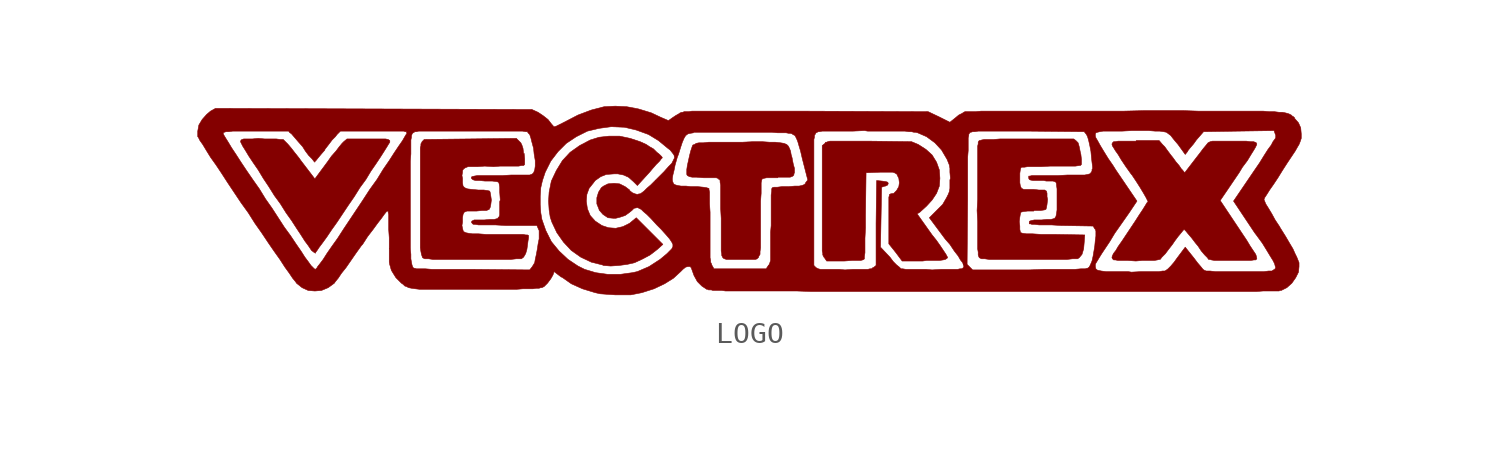
<source format=kicad_sym>
(kicad_symbol_lib
  (version 20211014)
  (generator kicad_symbol_editor)
  (symbol "LOGO"
    (pin_names
      (offset 1.016))
    (property "Reference" "#G"
      (at 0 -3.556 0)
      (effects (font (size 1.524 1.524)) hide))
    (symbol "LOGO_0_0"
      (polyline (pts (xy -19.837 -2.413) (xy -19.761 -2.311) (xy -19.66 -2.159) (xy -19.507 -1.956) (xy -19.304 -1.676) (xy -19.101 -1.372) (xy -18.847 -1.016) (xy -18.339 -0.254) (xy -18.059 0.152) (xy -17.805 0.559) (xy -17.526 0.94) (xy -17.297 1.321) (xy -17.069 1.651) (xy -16.866 1.956) (xy -16.688 2.235) (xy -16.561 2.438) (xy -16.485 2.565) (xy -16.434 2.642) (xy -16.434 2.718) (xy -16.51 2.769) (xy -16.637 2.794) (xy -18.39 2.794) (xy -18.542 2.667) (xy -18.618 2.591) (xy -18.745 2.438) (xy -18.898 2.235) (xy -19.101 2.007) (xy -19.279 1.753) (xy -19.863 0.965) (xy -20.523 1.829) (xy -20.574 1.905) (xy -20.777 2.159) (xy -20.955 2.388) (xy -21.107 2.565) (xy -21.311 2.769) (xy -21.438 2.769) (xy -21.641 2.794) (xy -22.174 2.794) (xy -22.454 2.819) (xy -22.708 2.794) (xy -23.114 2.794) (xy -23.19 2.769) (xy -23.241 2.743) (xy -23.266 2.667) (xy -23.165 2.464) (xy -23.038 2.261) (xy -22.885 2.007) (xy -22.682 1.702) (xy -22.454 1.372) (xy -22.225 0.991) (xy -21.971 0.61) (xy -21.717 0.203) (xy -21.438 -0.178) (xy -21.184 -0.584) (xy -20.93 -0.94) (xy -20.701 -1.295) (xy -20.498 -1.6) (xy -20.32 -1.88) (xy -20.168 -2.083) (xy -20.015 -2.311) (xy -19.914 -2.388) (xy -19.837 -2.438) (xy -19.837 -2.413)) (stroke (width 0.025) (type default) (color 0 0 0 0)) (fill (type outline)))
      (polyline (pts (xy -5.944 -2.997) (xy -5.563 -2.946) (xy -5.232 -2.87) (xy -4.851 -2.692) (xy -4.521 -2.515) (xy -4.191 -2.261) (xy -3.937 -2.032) (xy -5.156 -0.813) (xy -5.461 -1.067) (xy -5.766 -1.219) (xy -6.096 -1.295) (xy -6.426 -1.27) (xy -6.731 -1.168) (xy -7.036 -0.965) (xy -7.264 -0.711) (xy -7.391 -0.406) (xy -7.442 -0.051) (xy -7.417 0.254) (xy -7.315 0.533) (xy -7.112 0.787) (xy -7.036 0.889) (xy -6.782 1.067) (xy -6.528 1.168) (xy -6.172 1.194) (xy -5.994 1.194) (xy -5.74 1.143) (xy -5.512 1.041) (xy -5.283 0.838) (xy -5.105 0.66) (xy -4.547 1.27) (xy -4.42 1.422) (xy -4.242 1.626) (xy -4.089 1.778) (xy -4.013 1.88) (xy -3.962 1.93) (xy -3.988 1.981) (xy -4.089 2.083) (xy -4.216 2.184) (xy -4.369 2.337) (xy -4.547 2.438) (xy -4.699 2.54) (xy -4.978 2.667) (xy -5.436 2.819) (xy -5.918 2.921) (xy -6.401 2.921) (xy -6.858 2.87) (xy -7.264 2.743) (xy -7.747 2.489) (xy -8.179 2.184) (xy -8.534 1.803) (xy -8.814 1.346) (xy -9.042 0.864) (xy -9.144 0.356) (xy -9.169 -0.051) (xy -9.144 -0.457) (xy -9.093 -0.787) (xy -9.017 -1.016) (xy -8.788 -1.499) (xy -8.484 -1.93) (xy -8.128 -2.311) (xy -7.696 -2.616) (xy -7.214 -2.845) (xy -6.706 -2.972) (xy -6.655 -2.997) (xy -6.325 -3.023) (xy -5.944 -2.997)) (stroke (width 0.025) (type default) (color 0 0 0 0)) (fill (type outline)))
      (polyline (pts (xy 4.699 -2.769) (xy 5.105 -2.769) (xy 5.207 -2.743) (xy 5.258 -2.718) (xy 5.283 -2.692) (xy 5.283 -2.591) (xy 5.309 -2.413) (xy 5.309 -1.753) (xy 5.334 -1.27) (xy 5.334 -0.686) (xy 5.359 1.245) (xy 5.994 1.27) (xy 6.579 1.27) (xy 6.655 1.245) (xy 6.706 1.219) (xy 6.782 1.168) (xy 6.782 1.143) (xy 6.858 0.991) (xy 6.883 0.787) (xy 6.858 0.61) (xy 6.756 0.432) (xy 6.629 0.305) (xy 6.477 0.279) (xy 6.452 0.254) (xy 6.426 0.254) (xy 6.426 0.203) (xy 6.401 0.127) (xy 6.401 -2.007) (xy 6.706 -2.388) (xy 7.01 -2.794) (xy 7.95 -2.794) (xy 8.128 -2.769) (xy 8.712 -2.769) (xy 8.89 -2.743) (xy 8.992 -2.718) (xy 9.068 -2.667) (xy 9.093 -2.616) (xy 9.068 -2.591) (xy 9.017 -2.489) (xy 8.763 -2.108) (xy 8.585 -1.854) (xy 8.382 -1.6) (xy 7.696 -0.635) (xy 7.823 -0.559) (xy 7.849 -0.533) (xy 8.128 -0.279) (xy 8.382 0) (xy 8.585 0.305) (xy 8.712 0.635) (xy 8.738 0.991) (xy 8.712 1.372) (xy 8.585 1.727) (xy 8.382 2.057) (xy 8.103 2.311) (xy 7.747 2.54) (xy 7.442 2.667) (xy 5.512 2.692) (xy 3.708 2.692) (xy 3.607 2.667) (xy 3.556 2.642) (xy 3.505 2.642) (xy 3.48 2.591) (xy 3.353 2.489) (xy 3.353 -2.337) (xy 3.378 -2.438) (xy 3.378 -2.515) (xy 3.429 -2.616) (xy 3.454 -2.642) (xy 3.556 -2.794) (xy 4.369 -2.794) (xy 4.699 -2.769)) (stroke (width 0.025) (type default) (color 0 0 0 0)) (fill (type outline)))
      (polyline (pts (xy 0.381 -2.692) (xy 0.381 -2.667) (xy 0.432 -2.642) (xy 0.457 -2.565) (xy 0.508 -2.489) (xy 0.508 -2.362) (xy 0.533 -2.184) (xy 0.533 -0.051) (xy 0.559 0.305) (xy 0.559 0.787) (xy 0.584 0.914) (xy 0.61 0.965) (xy 0.686 0.991) (xy 0.813 1.016) (xy 1.321 1.016) (xy 1.321 1.041) (xy 1.88 1.041) (xy 1.956 1.067) (xy 2.007 1.092) (xy 2.057 1.143) (xy 2.057 1.194) (xy 2.083 1.245) (xy 2.083 1.448) (xy 2.032 1.626) (xy 1.981 1.88) (xy 1.981 1.905) (xy 1.93 2.083) (xy 1.905 2.235) (xy 1.854 2.362) (xy 1.803 2.464) (xy 1.727 2.54) (xy 1.6 2.591) (xy 1.448 2.616) (xy 1.219 2.642) (xy 0.965 2.642) (xy 0.61 2.667) (xy 0.178 2.667) (xy -0.33 2.642) (xy -1.854 2.642) (xy -2.083 2.616) (xy -2.286 2.616) (xy -2.413 2.591) (xy -2.489 2.54) (xy -2.565 2.515) (xy -2.591 2.464) (xy -2.667 2.235) (xy -2.718 2.032) (xy -2.819 1.575) (xy -2.845 1.397) (xy -2.845 1.168) (xy -2.819 1.118) (xy -2.718 1.067) (xy -2.591 1.041) (xy -2.388 1.041) (xy -2.083 1.016) (xy -1.499 1.016) (xy -1.422 0.991) (xy -1.372 0.94) (xy -1.346 0.94) (xy -1.321 0.889) (xy -1.321 0.813) (xy -1.295 0.686) (xy -1.295 -0.381) (xy -1.27 -0.838) (xy -1.27 -2.337) (xy -1.245 -2.464) (xy -1.245 -2.54) (xy -1.194 -2.642) (xy -1.168 -2.667) (xy -1.118 -2.692) (xy -1.041 -2.718) (xy 0.305 -2.718) (xy 0.381 -2.692)) (stroke (width 0.025) (type default) (color 0 0 0 0)) (fill (type outline)))
      (polyline (pts (xy -10.643 -2.692) (xy -10.414 -2.692) (xy -10.312 -2.616) (xy -10.236 -2.489) (xy -10.211 -2.438) (xy -10.16 -2.261) (xy -10.135 -2.083) (xy -10.109 -1.88) (xy -10.084 -1.727) (xy -10.084 -1.626) (xy -10.135 -1.6) (xy -10.211 -1.6) (xy -10.338 -1.575) (xy -12.04 -1.575) (xy -12.37 -1.549) (xy -12.649 -1.549) (xy -12.827 -1.524) (xy -12.954 -1.499) (xy -13.056 -1.448) (xy -13.081 -1.397) (xy -13.106 -1.295) (xy -13.132 -1.168) (xy -13.106 -1.016) (xy -13.106 -0.813) (xy -13.081 -0.66) (xy -13.03 -0.559) (xy -12.903 -0.508) (xy -12.471 -0.508) (xy -12.217 -0.483) (xy -12.014 -0.483) (xy -11.887 -0.432) (xy -11.836 -0.33) (xy -11.811 -0.203) (xy -11.786 0) (xy -11.811 0.178) (xy -11.836 0.33) (xy -11.862 0.406) (xy -11.963 0.432) (xy -12.141 0.457) (xy -12.395 0.457) (xy -12.675 0.483) (xy -12.878 0.508) (xy -13.005 0.559) (xy -13.081 0.635) (xy -13.106 0.787) (xy -13.106 0.991) (xy -13.132 1.118) (xy -13.106 1.27) (xy -13.106 1.346) (xy -13.056 1.422) (xy -12.979 1.473) (xy -12.852 1.524) (xy -12.421 1.524) (xy -12.09 1.549) (xy -11.684 1.524) (xy -11.379 1.549) (xy -10.541 1.549) (xy -10.414 1.575) (xy -10.312 1.575) (xy -10.262 1.626) (xy -10.262 1.88) (xy -10.287 2.134) (xy -10.312 2.134) (xy -10.338 2.362) (xy -10.389 2.515) (xy -10.439 2.616) (xy -10.643 2.819) (xy -14.859 2.769) (xy -14.961 2.667) (xy -14.961 2.642) (xy -14.986 2.616) (xy -15.011 2.565) (xy -15.011 2.489) (xy -15.037 2.388) (xy -15.037 -2.184) (xy -15.011 -2.362) (xy -14.986 -2.489) (xy -14.935 -2.642) (xy -14.834 -2.692) (xy -14.656 -2.692) (xy -14.478 -2.718) (xy -10.871 -2.718) (xy -10.643 -2.692)) (stroke (width 0.025) (type default) (color 0 0 0 0)) (fill (type outline)))
      (polyline (pts (xy 14.808 -2.692) (xy 15.037 -2.692) (xy 15.113 -2.642) (xy 15.24 -2.489) (xy 15.316 -2.235) (xy 15.342 -1.93) (xy 15.367 -1.6) (xy 13.945 -1.575) (xy 13.36 -1.575) (xy 12.979 -1.549) (xy 12.7 -1.549) (xy 12.522 -1.524) (xy 12.446 -1.499) (xy 12.421 -1.473) (xy 12.395 -1.346) (xy 12.395 -1.194) (xy 12.37 -0.991) (xy 12.395 -0.787) (xy 12.421 -0.635) (xy 12.446 -0.559) (xy 12.548 -0.533) (xy 12.751 -0.508) (xy 13.03 -0.508) (xy 13.056 -0.483) (xy 13.335 -0.483) (xy 13.513 -0.457) (xy 13.589 -0.432) (xy 13.614 -0.356) (xy 13.64 -0.203) (xy 13.665 0.025) (xy 13.64 0.152) (xy 13.64 0.305) (xy 13.614 0.406) (xy 13.564 0.432) (xy 13.538 0.457) (xy 13.259 0.457) (xy 13.03 0.483) (xy 12.573 0.483) (xy 12.471 0.533) (xy 12.421 0.635) (xy 12.395 0.787) (xy 12.395 1.219) (xy 12.421 1.397) (xy 12.446 1.473) (xy 12.471 1.499) (xy 12.598 1.499) (xy 12.751 1.524) (xy 13.36 1.524) (xy 13.792 1.549) (xy 14.935 1.549) (xy 15.113 1.575) (xy 15.164 1.575) (xy 15.215 1.626) (xy 15.215 1.854) (xy 15.189 2.083) (xy 15.164 2.184) (xy 15.113 2.438) (xy 15.062 2.616) (xy 14.961 2.718) (xy 14.859 2.794) (xy 11.506 2.794) (xy 11.201 2.769) (xy 10.77 2.769) (xy 10.643 2.743) (xy 10.566 2.718) (xy 10.541 2.718) (xy 10.516 2.692) (xy 10.49 2.642) (xy 10.49 2.565) (xy 10.465 2.464) (xy 10.465 0.025) (xy 10.439 -0.483) (xy 10.465 -0.991) (xy 10.465 -2.235) (xy 10.49 -2.388) (xy 10.49 -2.515) (xy 10.516 -2.591) (xy 10.541 -2.642) (xy 10.643 -2.692) (xy 10.795 -2.692) (xy 10.973 -2.718) (xy 14.58 -2.718) (xy 14.808 -2.692)) (stroke (width 0.025) (type default) (color 0 0 0 0)) (fill (type outline)))
      (polyline (pts (xy 17.983 -2.769) (xy 18.542 -2.769) (xy 18.694 -2.743) (xy 18.796 -2.718) (xy 18.821 -2.718) (xy 18.898 -2.616) (xy 19.05 -2.464) (xy 19.202 -2.261) (xy 19.38 -2.032) (xy 19.482 -1.88) (xy 19.634 -1.676) (xy 19.761 -1.524) (xy 19.863 -1.397) (xy 19.914 -1.346) (xy 19.99 -1.422) (xy 20.117 -1.575) (xy 20.269 -1.753) (xy 20.422 -1.956) (xy 20.549 -2.108) (xy 20.701 -2.337) (xy 20.853 -2.515) (xy 20.98 -2.642) (xy 21.031 -2.718) (xy 21.082 -2.718) (xy 21.158 -2.743) (xy 21.311 -2.769) (xy 22.962 -2.769) (xy 23.114 -2.743) (xy 23.19 -2.743) (xy 23.241 -2.692) (xy 23.216 -2.565) (xy 23.19 -2.489) (xy 22.936 -2.108) (xy 22.784 -1.854) (xy 21.565 -0.025) (xy 22.428 1.245) (xy 22.581 1.499) (xy 22.809 1.803) (xy 22.962 2.057) (xy 23.089 2.261) (xy 23.165 2.388) (xy 23.216 2.489) (xy 23.241 2.565) (xy 23.216 2.591) (xy 23.216 2.616) (xy 23.165 2.642) (xy 23.089 2.667) (xy 22.962 2.667) (xy 22.758 2.692) (xy 21.209 2.692) (xy 21.107 2.667) (xy 21.006 2.616) (xy 20.904 2.489) (xy 20.777 2.337) (xy 20.625 2.134) (xy 20.447 1.905) (xy 19.939 1.245) (xy 19.837 1.372) (xy 19.787 1.422) (xy 19.685 1.575) (xy 19.533 1.753) (xy 19.406 1.93) (xy 19.304 2.057) (xy 19.152 2.261) (xy 19.025 2.438) (xy 18.923 2.54) (xy 18.771 2.718) (xy 17.729 2.718) (xy 17.704 2.692) (xy 16.891 2.692) (xy 16.764 2.667) (xy 16.688 2.667) (xy 16.637 2.616) (xy 16.612 2.565) (xy 16.612 2.54) (xy 16.637 2.464) (xy 16.688 2.388) (xy 16.764 2.261) (xy 16.891 2.083) (xy 17.043 1.829) (xy 17.247 1.524) (xy 17.501 1.168) (xy 17.526 1.143) (xy 17.729 0.838) (xy 17.907 0.559) (xy 18.059 0.305) (xy 18.161 0.127) (xy 18.263 -0.076) (xy 18.212 -0.127) (xy 18.136 -0.254) (xy 18.009 -0.457) (xy 17.856 -0.686) (xy 17.678 -0.965) (xy 17.069 -1.88) (xy 16.891 -2.134) (xy 16.789 -2.311) (xy 16.688 -2.438) (xy 16.637 -2.54) (xy 16.612 -2.616) (xy 16.612 -2.642) (xy 16.637 -2.692) (xy 16.688 -2.743) (xy 16.764 -2.743) (xy 16.891 -2.769) (xy 17.348 -2.769) (xy 17.704 -2.794) (xy 17.983 -2.769)) (stroke (width 0.025) (type default) (color 0 0 0 0)) (fill (type outline)))
      (polyline (pts (xy -4.902 -4.242) (xy -4.343 -4.064) (xy -3.861 -3.835) (xy -3.454 -3.581) (xy -3.124 -3.277) (xy -3.023 -3.175) (xy -2.896 -3.073) (xy -2.794 -3.048) (xy -2.692 -3.048) (xy -2.642 -3.099) (xy -2.515 -3.454) (xy -2.362 -3.734) (xy -2.159 -3.937) (xy -1.93 -4.089) (xy -1.88 -4.089) (xy -1.854 -4.115) (xy -1.727 -4.115) (xy -1.651 -4.14) (xy -1.245 -4.14) (xy -1.067 -4.166) (xy 2.21 -4.166) (xy 2.896 -4.191) (xy 23.19 -4.191) (xy 23.52 -4.166) (xy 24.257 -4.166) (xy 24.308 -4.14) (xy 24.359 -4.14) (xy 24.613 -4.013) (xy 24.841 -3.81) (xy 25.019 -3.556) (xy 25.146 -3.302) (xy 25.171 -3.048) (xy 25.171 -2.87) (xy 25.07 -2.616) (xy 24.994 -2.464) (xy 24.892 -2.235) (xy 24.74 -1.981) (xy 24.562 -1.676) (xy 24.308 -1.27) (xy 24.282 -1.219) (xy 24.079 -0.914) (xy 23.927 -0.635) (xy 23.774 -0.381) (xy 23.647 -0.178) (xy 23.597 -0.051) (xy 23.571 0) (xy 23.571 0.025) (xy 23.597 0.102) (xy 23.698 0.254) (xy 23.825 0.457) (xy 24.003 0.711) (xy 24.206 1.016) (xy 24.409 1.346) (xy 24.638 1.702) (xy 24.994 2.235) (xy 25.095 2.413) (xy 25.171 2.54) (xy 25.222 2.667) (xy 25.273 2.819) (xy 25.273 3.023) (xy 25.248 3.302) (xy 25.146 3.531) (xy 24.968 3.734) (xy 24.968 3.759) (xy 24.917 3.81) (xy 24.867 3.835) (xy 24.816 3.886) (xy 24.714 3.937) (xy 24.638 3.962) (xy 24.536 3.988) (xy 24.409 4.013) (xy 24.257 4.013) (xy 24.054 4.039) (xy 23.825 4.039) (xy 23.546 4.064) (xy 20.599 4.064) (xy 19.863 4.089) (xy 18.11 4.089) (xy 17.094 4.064) (xy 10.617 4.064) (xy 10.338 4.039) (xy 9.881 4.039) (xy 9.83 4.013) (xy 9.754 3.962) (xy 9.601 3.886) (xy 9.449 3.759) (xy 9.195 3.556) (xy 8.687 3.81) (xy 8.204 4.039) (xy 2.616 4.064) (xy -2.616 4.064) (xy -2.769 4.039) (xy -2.972 4.039) (xy -3.023 4.013) (xy -3.073 4.013) (xy -3.124 3.988) (xy -3.15 3.988) (xy -3.175 3.962) (xy -3.353 3.861) (xy -3.505 3.759) (xy -3.683 3.632) (xy -4.039 3.785) (xy -4.47 3.988) (xy -5.055 4.166) (xy -5.588 4.267) (xy -6.121 4.293) (xy -6.629 4.267) (xy -7.214 4.115) (xy -7.823 3.886) (xy -8.458 3.556) (xy -8.814 3.378) (xy -8.89 3.353) (xy -8.941 3.353) (xy -8.966 3.404) (xy -9.017 3.454) (xy -9.195 3.683) (xy -9.423 3.861) (xy -9.652 4.013) (xy -9.931 4.14) (xy -24.409 4.191) (xy -24.638 4.064) (xy -24.816 3.912) (xy -25.019 3.683) (xy -25.171 3.429) (xy -25.222 3.15) (xy -25.222 3.023) (xy -24.054 3.023) (xy -24.054 3.099) (xy -24.003 3.099) (xy -23.927 3.124) (xy -23.8 3.124) (xy -23.622 3.15) (xy -21.057 3.15) (xy -21.031 3.099) (xy -20.93 3.023) (xy -20.625 2.667) (xy -20.422 2.438) (xy -20.295 2.235) (xy -20.142 2.032) (xy -19.99 1.88) (xy -19.914 1.778) (xy -19.863 1.727) (xy -19.863 1.753) (xy -19.812 1.803) (xy -19.71 1.93) (xy -19.583 2.083) (xy -19.406 2.286) (xy -19.406 2.311) (xy -19.228 2.54) (xy -19.075 2.743) (xy -18.923 2.896) (xy -18.847 2.997) (xy -18.694 3.15) (xy -15.799 3.15) (xy -15.723 3.124) (xy -15.672 3.124) (xy -15.672 3.099) (xy -15.646 3.048) (xy -15.672 3.023) (xy -15.748 2.896) (xy -15.85 2.718) (xy -16.027 2.464) (xy -16.231 2.159) (xy -16.459 1.803) (xy -16.739 1.397) (xy -17.018 0.94) (xy -17.348 0.483) (xy -17.678 -0.025) (xy -18.542 -1.321) (xy -18.821 -1.753) (xy -19.075 -2.108) (xy -19.304 -2.438) (xy -19.482 -2.718) (xy -19.634 -2.921) (xy -19.736 -3.048) (xy -19.761 -3.099) (xy -19.837 -3.175) (xy -19.888 -3.15) (xy -20.041 -2.997) (xy -20.168 -2.819) (xy -20.32 -2.616) (xy -20.498 -2.337) (xy -20.726 -2.007) (xy -20.98 -1.626) (xy -21.26 -1.245) (xy -21.819 -0.381) (xy -22.123 0.051) (xy -22.403 0.508) (xy -22.708 0.94) (xy -22.987 1.346) (xy -23.241 1.727) (xy -23.47 2.083) (xy -23.673 2.388) (xy -23.825 2.642) (xy -23.952 2.845) (xy -24.028 2.972) (xy -24.054 3.023) (xy -25.222 3.023) (xy -25.222 2.896) (xy -25.197 2.87) (xy -25.121 2.718) (xy -24.994 2.54) (xy -24.841 2.286) (xy -24.638 1.956) (xy -24.384 1.6) (xy -24.13 1.219) (xy -23.851 0.787) (xy -23.241 -0.127) (xy -22.911 -0.584) (xy -22.606 -1.067) (xy -22.301 -1.499) (xy -21.996 -1.956) (xy -21.717 -2.362) (xy -21.463 -2.718) (xy -21.234 -3.073) (xy -21.031 -3.353) (xy -20.879 -3.581) (xy -20.752 -3.734) (xy -20.701 -3.81) (xy -20.447 -4.013) (xy -20.168 -4.14) (xy -19.863 -4.166) (xy -19.558 -4.14) (xy -19.253 -4.013) (xy -18.974 -3.81) (xy -18.923 -3.734) (xy -18.796 -3.581) (xy -18.644 -3.353) (xy -18.44 -3.099) (xy -17.983 -2.438) (xy -17.729 -2.083) (xy -17.678 -2.032) (xy -17.45 -1.676) (xy -17.196 -1.346) (xy -16.993 -1.067) (xy -16.815 -0.838) (xy -16.688 -0.66) (xy -16.586 -0.533) (xy -16.535 -0.508) (xy -16.51 -0.508) (xy -16.51 -0.559) (xy -16.485 -0.66) (xy -16.485 -1.346) (xy -16.459 -1.727) (xy -16.459 -2.235) (xy -15.494 -2.235) (xy -15.494 1.778) (xy -15.469 2.108) (xy -15.469 2.743) (xy -15.443 2.87) (xy -15.443 2.946) (xy -15.418 2.997) (xy -15.418 3.023) (xy -15.367 3.073) (xy -15.316 3.099) (xy -15.291 3.124) (xy -15.215 3.124) (xy -15.113 3.15) (xy -10.363 3.15) (xy -10.211 3.124) (xy -10.135 3.124) (xy -10.109 3.073) (xy -10.033 2.997) (xy -9.982 2.845) (xy -9.931 2.642) (xy -9.855 2.362) (xy -9.83 2.108) (xy -9.779 1.803) (xy -9.779 1.549) (xy -9.804 1.372) (xy -9.855 1.245) (xy -9.906 1.194) (xy -9.957 1.168) (xy -10.033 1.143) (xy -10.871 1.143) (xy -11.278 1.118) (xy -12.421 1.118) (xy -12.573 1.092) (xy -12.675 1.067) (xy -12.7 1.041) (xy -12.7 0.991) (xy -12.649 0.94) (xy -12.598 0.914) (xy -12.497 0.889) (xy -12.319 0.889) (xy -12.065 0.864) (xy -11.735 0.864) (xy -11.532 0.838) (xy -11.455 0.813) (xy -11.43 0.737) (xy -11.405 0.584) (xy -11.405 0.356) (xy -11.379 0) (xy -11.405 -0.076) (xy -11.405 -0.229) (xy -9.55 -0.229) (xy -9.55 0.178) (xy -9.525 0.559) (xy -9.449 0.889) (xy -9.322 1.27) (xy -9.068 1.778) (xy -8.738 2.21) (xy -8.357 2.591) (xy -7.899 2.896) (xy -7.391 3.15) (xy -6.858 3.277) (xy -6.299 3.353) (xy -5.69 3.327) (xy -5.156 3.2) (xy -4.597 2.997) (xy -4.14 2.718) (xy -3.708 2.362) (xy -3.607 2.286) (xy -3.505 2.159) (xy -3.429 2.057) (xy -3.404 1.93) (xy -3.531 1.676) (xy -3.683 1.524) (xy -3.886 1.295) (xy -4.293 0.889) (xy -3.505 0.889) (xy -3.505 0.991) (xy -3.48 1.143) (xy -3.429 1.346) (xy -3.378 1.6) (xy -3.277 1.956) (xy -3.226 2.083) (xy -3.124 2.413) (xy -3.048 2.642) (xy -2.972 2.819) (xy -2.896 2.946) (xy -2.794 3.023) (xy -2.692 3.048) (xy -2.54 3.073) (xy -2.515 3.099) (xy 1.041 3.099) (xy 1.321 3.073) (xy 1.702 3.073) (xy 1.829 3.048) (xy 1.905 3.048) (xy 1.981 3.023) (xy 2.007 2.997) (xy 2.108 2.946) (xy 2.184 2.794) (xy 2.235 2.667) (xy 2.286 2.489) (xy 2.362 2.235) (xy 2.438 1.905) (xy 2.692 0.914) (xy 2.591 0.787) (xy 2.591 0.762) (xy 2.54 0.711) (xy 2.489 0.686) (xy 2.413 0.66) (xy 2.286 0.635) (xy 2.083 0.635) (xy 1.803 0.61) (xy 1.499 0.61) (xy 1.295 0.584) (xy 1.143 0.584) (xy 1.067 0.559) (xy 1.041 0.508) (xy 1.041 0.406) (xy 1.016 0.229) (xy 1.016 -1.168) (xy 0.991 -1.473) (xy 0.991 -2.769) (xy 0.94 -2.921) (xy 0.914 -2.972) (xy 0.889 -2.997) (xy 2.972 -2.997) (xy 2.972 2.769) (xy 2.997 2.87) (xy 2.997 2.946) (xy 3.023 2.997) (xy 3.048 3.023) (xy 3.048 3.048) (xy 3.073 3.073) (xy 3.175 3.124) (xy 3.226 3.124) (xy 3.353 3.15) (xy 4.75 3.15) (xy 5.283 3.175) (xy 5.436 3.15) (xy 7.137 3.15) (xy 7.315 3.124) (xy 7.442 3.124) (xy 7.544 3.099) (xy 7.62 3.099) (xy 7.722 3.073) (xy 8.128 2.896) (xy 8.509 2.616) (xy 8.814 2.286) (xy 9.068 1.854) (xy 9.169 1.6) (xy 9.195 1.448) (xy 9.195 1.27) (xy 9.22 0.991) (xy 9.195 0.914) (xy 9.195 0.533) (xy 9.169 0.381) (xy 9.119 0.254) (xy 9.042 0.102) (xy 8.865 -0.203) (xy 8.255 -0.813) (xy 8.992 -1.803) (xy 9.195 -2.032) (xy 9.398 -2.337) (xy 9.576 -2.565) (xy 9.677 -2.743) (xy 9.779 -2.87) (xy 9.804 -2.946) (xy 9.982 -2.946) (xy 10.008 0.051) (xy 10.008 1.956) (xy 10.033 2.261) (xy 10.033 2.845) (xy 10.058 2.946) (xy 10.058 2.997) (xy 10.084 3.048) (xy 10.109 3.073) (xy 10.109 3.099) (xy 10.16 3.099) (xy 10.236 3.124) (xy 10.338 3.124) (xy 10.49 3.15) (xy 12.776 3.15) (xy 15.342 3.124) (xy 15.443 2.997) (xy 15.494 2.896) (xy 15.545 2.718) (xy 15.596 2.489) (xy 15.646 2.235) (xy 15.672 1.956) (xy 15.697 1.727) (xy 15.723 1.524) (xy 15.723 1.422) (xy 15.697 1.397) (xy 15.697 1.321) (xy 15.646 1.245) (xy 15.596 1.194) (xy 15.494 1.168) (xy 15.367 1.143) (xy 14.58 1.143) (xy 14.148 1.118) (xy 12.954 1.118) (xy 12.852 1.092) (xy 12.802 1.092) (xy 12.802 0.991) (xy 12.827 0.94) (xy 12.878 0.914) (xy 13.005 0.889) (xy 13.487 0.889) (xy 13.614 0.864) (xy 13.919 0.864) (xy 13.995 0.838) (xy 14.046 0.813) (xy 14.072 0.737) (xy 14.072 0.686) (xy 14.097 0.508) (xy 14.097 -0.457) (xy 14.072 -0.635) (xy 14.046 -0.762) (xy 14.021 -0.787) (xy 13.995 -0.838) (xy 13.919 -0.864) (xy 13.818 -0.889) (xy 13.64 -0.889) (xy 13.386 -0.914) (xy 13.056 -0.914) (xy 12.929 -0.94) (xy 12.852 -0.965) (xy 12.827 -0.991) (xy 12.827 -1.092) (xy 12.878 -1.092) (xy 12.954 -1.118) (xy 13.081 -1.118) (xy 13.284 -1.143) (xy 13.868 -1.143) (xy 14.275 -1.168) (xy 15.748 -1.194) (xy 15.824 -1.321) (xy 15.85 -1.346) (xy 15.875 -1.422) (xy 15.875 -1.651) (xy 15.85 -1.829) (xy 15.824 -2.108) (xy 15.748 -2.565) (xy 15.697 -2.794) (xy 15.621 -2.972) (xy 15.57 -3.073) (xy 15.85 -3.073) (xy 15.85 -2.946) (xy 15.875 -2.896) (xy 16.027 -2.642) (xy 16.154 -2.438) (xy 16.51 -1.905) (xy 16.739 -1.524) (xy 17.043 -1.092) (xy 17.399 -0.584) (xy 17.755 -0.051) (xy 16.789 1.372) (xy 16.662 1.575) (xy 16.434 1.905) (xy 16.231 2.235) (xy 16.078 2.489) (xy 15.951 2.718) (xy 15.875 2.845) (xy 15.85 2.921) (xy 15.85 3.023) (xy 15.875 3.073) (xy 15.951 3.099) (xy 16.053 3.124) (xy 16.205 3.15) (xy 17.069 3.15) (xy 17.526 3.175) (xy 18.288 3.175) (xy 18.593 3.15) (xy 18.796 3.15) (xy 18.974 3.124) (xy 19.101 3.099) (xy 19.304 2.946) (xy 19.38 2.845) (xy 19.482 2.718) (xy 19.634 2.54) (xy 19.964 2.083) (xy 20.066 2.21) (xy 20.091 2.261) (xy 20.193 2.388) (xy 20.345 2.565) (xy 20.472 2.743) (xy 20.803 3.124) (xy 22.403 3.15) (xy 24.028 3.175) (xy 24.079 3.023) (xy 24.105 2.972) (xy 24.105 2.845) (xy 24.054 2.769) (xy 23.978 2.667) (xy 23.901 2.515) (xy 23.749 2.311) (xy 23.571 2.032) (xy 23.368 1.702) (xy 23.089 1.295) (xy 22.174 -0.051) (xy 23.139 -1.499) (xy 23.216 -1.6) (xy 23.495 -1.981) (xy 23.698 -2.311) (xy 23.851 -2.565) (xy 23.978 -2.769) (xy 24.054 -2.921) (xy 24.079 -3.023) (xy 24.105 -3.099) (xy 24.054 -3.175) (xy 24.003 -3.2) (xy 23.927 -3.251) (xy 23.774 -3.251) (xy 23.571 -3.277) (xy 21.336 -3.277) (xy 21.107 -3.251) (xy 20.93 -3.251) (xy 20.853 -3.226) (xy 20.777 -3.175) (xy 20.676 -3.048) (xy 20.523 -2.87) (xy 20.371 -2.667) (xy 19.964 -2.159) (xy 19.583 -2.667) (xy 19.456 -2.845) (xy 19.304 -3.023) (xy 19.177 -3.15) (xy 19.075 -3.226) (xy 19.025 -3.251) (xy 18.923 -3.251) (xy 18.771 -3.277) (xy 17.958 -3.277) (xy 17.501 -3.302) (xy 17.348 -3.277) (xy 16.332 -3.277) (xy 16.129 -3.251) (xy 16.002 -3.226) (xy 15.926 -3.2) (xy 15.875 -3.15) (xy 15.85 -3.073) (xy 15.57 -3.073) (xy 15.494 -3.124) (xy 15.469 -3.124) (xy 15.392 -3.15) (xy 15.189 -3.15) (xy 14.91 -3.175) (xy 13.487 -3.175) (xy 12.827 -3.2) (xy 10.236 -3.2) (xy 9.982 -2.946) (xy 9.804 -2.946) (xy 9.83 -3.023) (xy 9.83 -3.073) (xy 9.779 -3.124) (xy 9.728 -3.15) (xy 9.652 -3.15) (xy 9.55 -3.175) (xy 8.788 -3.175) (xy 8.382 -3.2) (xy 8.103 -3.175) (xy 7.188 -3.175) (xy 7.036 -3.15) (xy 6.96 -3.15) (xy 6.883 -3.073) (xy 6.756 -2.972) (xy 6.604 -2.819) (xy 6.452 -2.616) (xy 6.02 -2.159) (xy 6.071 0.584) (xy 6.223 0.635) (xy 6.248 0.635) (xy 6.35 0.686) (xy 6.375 0.762) (xy 6.35 0.813) (xy 6.274 0.838) (xy 6.096 0.864) (xy 5.842 0.889) (xy 5.817 -1.067) (xy 5.817 -2.997) (xy 5.69 -3.099) (xy 5.664 -3.099) (xy 5.613 -3.15) (xy 5.537 -3.15) (xy 5.436 -3.175) (xy 4.75 -3.175) (xy 4.394 -3.2) (xy 4.14 -3.175) (xy 3.277 -3.175) (xy 3.175 -3.15) (xy 3.073 -3.099) (xy 2.972 -2.997) (xy 0.889 -2.997) (xy 0.787 -3.15) (xy -1.6 -3.15) (xy -1.702 -2.972) (xy -1.702 -2.946) (xy -1.753 -2.845) (xy -1.753 -2.769) (xy -1.778 -2.642) (xy -1.778 -0.559) (xy -1.803 -0.178) (xy -1.803 0.356) (xy -1.829 0.483) (xy -1.829 0.533) (xy -1.854 0.533) (xy -1.93 0.559) (xy -2.083 0.584) (xy -2.337 0.61) (xy -2.642 0.61) (xy -2.87 0.635) (xy -3.099 0.635) (xy -3.251 0.66) (xy -3.353 0.686) (xy -3.454 0.737) (xy -3.454 0.762) (xy -3.48 0.813) (xy -3.505 0.889) (xy -4.293 0.889) (xy -4.496 0.686) (xy -4.674 0.533) (xy -4.801 0.406) (xy -4.902 0.33) (xy -4.978 0.279) (xy -5.029 0.279) (xy -5.105 0.254) (xy -5.207 0.279) (xy -5.334 0.33) (xy -5.461 0.432) (xy -5.461 0.457) (xy -5.664 0.61) (xy -5.918 0.737) (xy -6.172 0.762) (xy -6.452 0.737) (xy -6.655 0.635) (xy -6.756 0.559) (xy -6.883 0.356) (xy -6.96 0.102) (xy -6.96 -0.178) (xy -6.858 -0.432) (xy -6.858 -0.457) (xy -6.68 -0.66) (xy -6.452 -0.813) (xy -6.198 -0.838) (xy -6.096 -0.838) (xy -5.893 -0.787) (xy -5.664 -0.711) (xy -5.486 -0.584) (xy -5.359 -0.483) (xy -5.258 -0.381) (xy -5.131 -0.356) (xy -5.08 -0.356) (xy -4.928 -0.432) (xy -4.826 -0.533) (xy -4.674 -0.66) (xy -4.47 -0.864) (xy -4.216 -1.143) (xy -4.013 -1.346) (xy -3.785 -1.6) (xy -3.632 -1.778) (xy -3.531 -1.93) (xy -3.48 -2.032) (xy -3.48 -2.134) (xy -3.531 -2.235) (xy -3.759 -2.464) (xy -4.064 -2.718) (xy -4.572 -3.048) (xy -5.105 -3.277) (xy -5.334 -3.327) (xy -5.893 -3.404) (xy -6.452 -3.404) (xy -7.01 -3.327) (xy -7.518 -3.175) (xy -7.823 -3.023) (xy -8.28 -2.718) (xy -8.687 -2.337) (xy -9.042 -1.905) (xy -9.296 -1.397) (xy -9.474 -0.889) (xy -9.525 -0.584) (xy -9.55 -0.229) (xy -11.405 -0.229) (xy -11.405 -0.686) (xy -11.43 -0.762) (xy -11.481 -0.813) (xy -11.481 -0.838) (xy -11.557 -0.864) (xy -11.659 -0.889) (xy -11.836 -0.889) (xy -12.116 -0.914) (xy -12.573 -0.914) (xy -12.675 -0.965) (xy -12.7 -1.016) (xy -12.649 -1.092) (xy -12.598 -1.118) (xy -12.522 -1.118) (xy -12.37 -1.143) (xy -11.582 -1.143) (xy -11.151 -1.168) (xy -9.703 -1.168) (xy -9.627 -1.346) (xy -9.601 -1.397) (xy -9.601 -1.778) (xy -9.652 -2.032) (xy -9.677 -2.21) (xy -9.728 -2.489) (xy -9.779 -2.718) (xy -9.804 -2.87) (xy -9.881 -2.997) (xy -9.931 -3.073) (xy -10.033 -3.2) (xy -12.598 -3.175) (xy -14.503 -3.175) (xy -14.808 -3.15) (xy -15.215 -3.15) (xy -15.291 -3.124) (xy -15.316 -3.124) (xy -15.367 -3.099) (xy -15.392 -3.048) (xy -15.418 -2.972) (xy -15.443 -2.845) (xy -15.469 -2.692) (xy -15.469 -2.489) (xy -15.494 -2.235) (xy -16.459 -2.235) (xy -16.459 -2.845) (xy -16.434 -2.972) (xy -16.408 -3.048) (xy -16.383 -3.15) (xy -16.358 -3.226) (xy -16.281 -3.353) (xy -16.154 -3.556) (xy -15.9 -3.81) (xy -15.824 -3.861) (xy -15.748 -3.937) (xy -15.672 -3.962) (xy -15.57 -4.013) (xy -15.443 -4.039) (xy -15.265 -4.064) (xy -15.062 -4.089) (xy -10.643 -4.089) (xy -10.338 -4.064) (xy -9.881 -4.064) (xy -9.728 -4.039) (xy -9.601 -4.039) (xy -9.525 -4.013) (xy -9.474 -4.013) (xy -9.373 -3.962) (xy -9.22 -3.81) (xy -9.068 -3.607) (xy -8.966 -3.429) (xy -8.915 -3.277) (xy -8.585 -3.531) (xy -8.56 -3.531) (xy -8.128 -3.835) (xy -7.62 -4.064) (xy -7.036 -4.242) (xy -6.807 -4.293) (xy -6.477 -4.318) (xy -6.096 -4.343) (xy -5.41 -4.343) (xy -4.902 -4.242)) (stroke (width 0.025) (type default) (color 0 0 0 0)) (fill (type outline))))))
</source>
